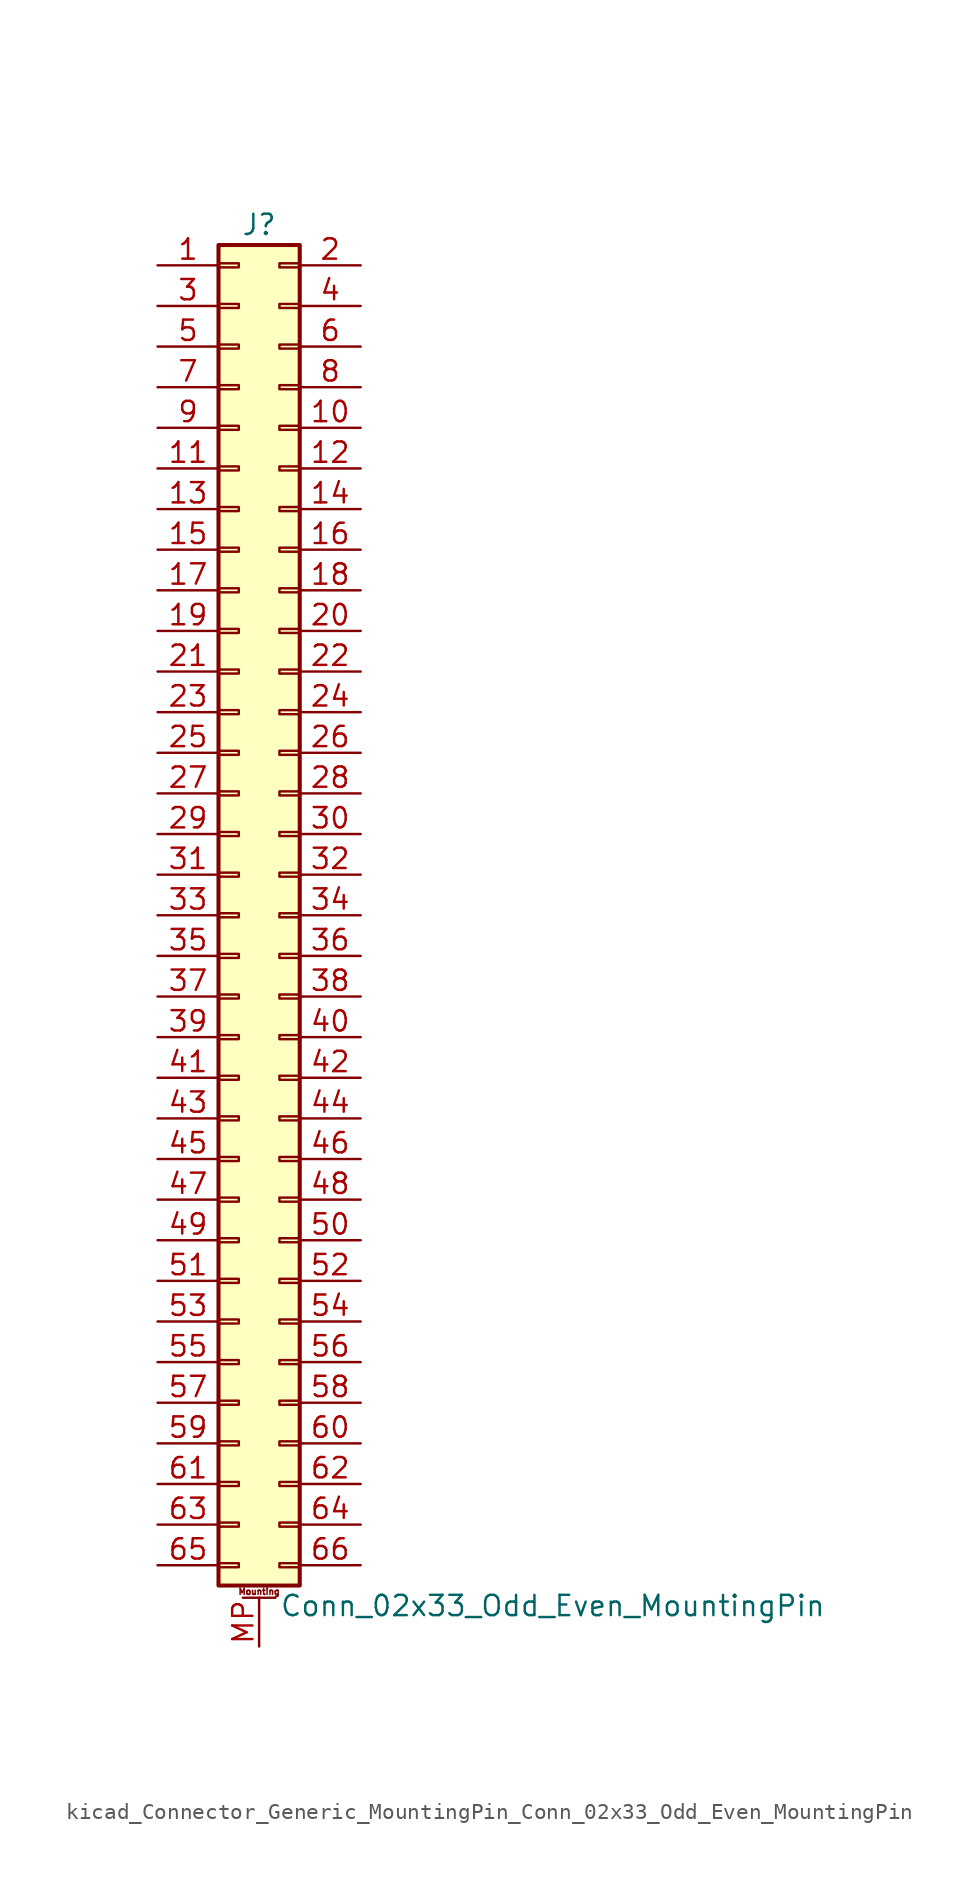
<source format=kicad_sym>
(kicad_symbol_lib
  (version 20220914)
  (generator kicad_symbol_editor)
  (symbol "kicad_Connector_Generic_MountingPin_Conn_02x33_Odd_Even_MountingPin"
    (pin_names
      (offset 1.016) hide)
    (property "Reference" "J"
      (at 1.27 43.18 0)
      (effects (font (size 1.27 1.27))))
    (property "Value" "Conn_02x33_Odd_Even_MountingPin"
      (at 2.54 -43.18 0)
      (effects (font (size 1.27 1.27)) (justify left)))
    (symbol "kicad_Connector_Generic_MountingPin_Conn_02x33_Odd_Even_MountingPin_1_1"
      (rectangle (start -1.27 -40.513) (end 0 -40.767) (stroke (width 0.152) (type default)) (fill (type none)))
      (rectangle (start -1.27 -37.973) (end 0 -38.227) (stroke (width 0.152) (type default)) (fill (type none)))
      (rectangle (start -1.27 -35.433) (end 0 -35.687) (stroke (width 0.152) (type default)) (fill (type none)))
      (rectangle (start -1.27 -32.893) (end 0 -33.147) (stroke (width 0.152) (type default)) (fill (type none)))
      (rectangle (start -1.27 -30.353) (end 0 -30.607) (stroke (width 0.152) (type default)) (fill (type none)))
      (rectangle (start -1.27 -27.813) (end 0 -28.067) (stroke (width 0.152) (type default)) (fill (type none)))
      (rectangle (start -1.27 -25.273) (end 0 -25.527) (stroke (width 0.152) (type default)) (fill (type none)))
      (rectangle (start -1.27 -22.733) (end 0 -22.987) (stroke (width 0.152) (type default)) (fill (type none)))
      (rectangle (start -1.27 -20.193) (end 0 -20.447) (stroke (width 0.152) (type default)) (fill (type none)))
      (rectangle (start -1.27 -17.653) (end 0 -17.907) (stroke (width 0.152) (type default)) (fill (type none)))
      (rectangle (start -1.27 -15.113) (end 0 -15.367) (stroke (width 0.152) (type default)) (fill (type none)))
      (rectangle (start -1.27 -12.573) (end 0 -12.827) (stroke (width 0.152) (type default)) (fill (type none)))
      (rectangle (start -1.27 -10.033) (end 0 -10.287) (stroke (width 0.152) (type default)) (fill (type none)))
      (rectangle (start -1.27 -7.493) (end 0 -7.747) (stroke (width 0.152) (type default)) (fill (type none)))
      (rectangle (start -1.27 -4.953) (end 0 -5.207) (stroke (width 0.152) (type default)) (fill (type none)))
      (rectangle (start -1.27 -2.413) (end 0 -2.667) (stroke (width 0.152) (type default)) (fill (type none)))
      (rectangle (start -1.27 0.127) (end 0 -0.127) (stroke (width 0.152) (type default)) (fill (type none)))
      (rectangle (start -1.27 2.667) (end 0 2.413) (stroke (width 0.152) (type default)) (fill (type none)))
      (rectangle (start -1.27 5.207) (end 0 4.953) (stroke (width 0.152) (type default)) (fill (type none)))
      (rectangle (start -1.27 7.747) (end 0 7.493) (stroke (width 0.152) (type default)) (fill (type none)))
      (rectangle (start -1.27 10.287) (end 0 10.033) (stroke (width 0.152) (type default)) (fill (type none)))
      (rectangle (start -1.27 12.827) (end 0 12.573) (stroke (width 0.152) (type default)) (fill (type none)))
      (rectangle (start -1.27 15.367) (end 0 15.113) (stroke (width 0.152) (type default)) (fill (type none)))
      (rectangle (start -1.27 17.907) (end 0 17.653) (stroke (width 0.152) (type default)) (fill (type none)))
      (rectangle (start -1.27 20.447) (end 0 20.193) (stroke (width 0.152) (type default)) (fill (type none)))
      (rectangle (start -1.27 22.987) (end 0 22.733) (stroke (width 0.152) (type default)) (fill (type none)))
      (rectangle (start -1.27 25.527) (end 0 25.273) (stroke (width 0.152) (type default)) (fill (type none)))
      (rectangle (start -1.27 28.067) (end 0 27.813) (stroke (width 0.152) (type default)) (fill (type none)))
      (rectangle (start -1.27 30.607) (end 0 30.353) (stroke (width 0.152) (type default)) (fill (type none)))
      (rectangle (start -1.27 33.147) (end 0 32.893) (stroke (width 0.152) (type default)) (fill (type none)))
      (rectangle (start -1.27 35.687) (end 0 35.433) (stroke (width 0.152) (type default)) (fill (type none)))
      (rectangle (start -1.27 38.227) (end 0 37.973) (stroke (width 0.152) (type default)) (fill (type none)))
      (rectangle (start -1.27 40.767) (end 0 40.513) (stroke (width 0.152) (type default)) (fill (type none)))
      (rectangle (start -1.27 41.91) (end 3.81 -41.91) (stroke (width 0.254) (type default)) (fill (type background)))
      (polyline (pts (xy 0.254 -42.672) (xy 2.286 -42.672)) (stroke (width 0.152) (type default)) (fill (type none)))
      (rectangle (start 3.81 -40.513) (end 2.54 -40.767) (stroke (width 0.152) (type default)) (fill (type none)))
      (rectangle (start 3.81 -37.973) (end 2.54 -38.227) (stroke (width 0.152) (type default)) (fill (type none)))
      (rectangle (start 3.81 -35.433) (end 2.54 -35.687) (stroke (width 0.152) (type default)) (fill (type none)))
      (rectangle (start 3.81 -32.893) (end 2.54 -33.147) (stroke (width 0.152) (type default)) (fill (type none)))
      (rectangle (start 3.81 -30.353) (end 2.54 -30.607) (stroke (width 0.152) (type default)) (fill (type none)))
      (rectangle (start 3.81 -27.813) (end 2.54 -28.067) (stroke (width 0.152) (type default)) (fill (type none)))
      (rectangle (start 3.81 -25.273) (end 2.54 -25.527) (stroke (width 0.152) (type default)) (fill (type none)))
      (rectangle (start 3.81 -22.733) (end 2.54 -22.987) (stroke (width 0.152) (type default)) (fill (type none)))
      (rectangle (start 3.81 -20.193) (end 2.54 -20.447) (stroke (width 0.152) (type default)) (fill (type none)))
      (rectangle (start 3.81 -17.653) (end 2.54 -17.907) (stroke (width 0.152) (type default)) (fill (type none)))
      (rectangle (start 3.81 -15.113) (end 2.54 -15.367) (stroke (width 0.152) (type default)) (fill (type none)))
      (rectangle (start 3.81 -12.573) (end 2.54 -12.827) (stroke (width 0.152) (type default)) (fill (type none)))
      (rectangle (start 3.81 -10.033) (end 2.54 -10.287) (stroke (width 0.152) (type default)) (fill (type none)))
      (rectangle (start 3.81 -7.493) (end 2.54 -7.747) (stroke (width 0.152) (type default)) (fill (type none)))
      (rectangle (start 3.81 -4.953) (end 2.54 -5.207) (stroke (width 0.152) (type default)) (fill (type none)))
      (rectangle (start 3.81 -2.413) (end 2.54 -2.667) (stroke (width 0.152) (type default)) (fill (type none)))
      (rectangle (start 3.81 0.127) (end 2.54 -0.127) (stroke (width 0.152) (type default)) (fill (type none)))
      (rectangle (start 3.81 2.667) (end 2.54 2.413) (stroke (width 0.152) (type default)) (fill (type none)))
      (rectangle (start 3.81 5.207) (end 2.54 4.953) (stroke (width 0.152) (type default)) (fill (type none)))
      (rectangle (start 3.81 7.747) (end 2.54 7.493) (stroke (width 0.152) (type default)) (fill (type none)))
      (rectangle (start 3.81 10.287) (end 2.54 10.033) (stroke (width 0.152) (type default)) (fill (type none)))
      (rectangle (start 3.81 12.827) (end 2.54 12.573) (stroke (width 0.152) (type default)) (fill (type none)))
      (rectangle (start 3.81 15.367) (end 2.54 15.113) (stroke (width 0.152) (type default)) (fill (type none)))
      (rectangle (start 3.81 17.907) (end 2.54 17.653) (stroke (width 0.152) (type default)) (fill (type none)))
      (rectangle (start 3.81 20.447) (end 2.54 20.193) (stroke (width 0.152) (type default)) (fill (type none)))
      (rectangle (start 3.81 22.987) (end 2.54 22.733) (stroke (width 0.152) (type default)) (fill (type none)))
      (rectangle (start 3.81 25.527) (end 2.54 25.273) (stroke (width 0.152) (type default)) (fill (type none)))
      (rectangle (start 3.81 28.067) (end 2.54 27.813) (stroke (width 0.152) (type default)) (fill (type none)))
      (rectangle (start 3.81 30.607) (end 2.54 30.353) (stroke (width 0.152) (type default)) (fill (type none)))
      (rectangle (start 3.81 33.147) (end 2.54 32.893) (stroke (width 0.152) (type default)) (fill (type none)))
      (rectangle (start 3.81 35.687) (end 2.54 35.433) (stroke (width 0.152) (type default)) (fill (type none)))
      (rectangle (start 3.81 38.227) (end 2.54 37.973) (stroke (width 0.152) (type default)) (fill (type none)))
      (rectangle (start 3.81 40.767) (end 2.54 40.513) (stroke (width 0.152) (type default)) (fill (type none)))
      (text "Mounting" (at 1.27 -42.291 0) (effects (font (size 0.381 0.381))))
      (pin passive line (at -5.08 40.64 0) (length 3.81) (name "Pin_1" (effects (font (size 1.27 1.27)))) (number "1" (effects (font (size 1.27 1.27)))))
      (pin passive line (at 7.62 30.48 180) (length 3.81) (name "Pin_10" (effects (font (size 1.27 1.27)))) (number "10" (effects (font (size 1.27 1.27)))))
      (pin passive line (at -5.08 27.94 0) (length 3.81) (name "Pin_11" (effects (font (size 1.27 1.27)))) (number "11" (effects (font (size 1.27 1.27)))))
      (pin passive line (at 7.62 27.94 180) (length 3.81) (name "Pin_12" (effects (font (size 1.27 1.27)))) (number "12" (effects (font (size 1.27 1.27)))))
      (pin passive line (at -5.08 25.4 0) (length 3.81) (name "Pin_13" (effects (font (size 1.27 1.27)))) (number "13" (effects (font (size 1.27 1.27)))))
      (pin passive line (at 7.62 25.4 180) (length 3.81) (name "Pin_14" (effects (font (size 1.27 1.27)))) (number "14" (effects (font (size 1.27 1.27)))))
      (pin passive line (at -5.08 22.86 0) (length 3.81) (name "Pin_15" (effects (font (size 1.27 1.27)))) (number "15" (effects (font (size 1.27 1.27)))))
      (pin passive line (at 7.62 22.86 180) (length 3.81) (name "Pin_16" (effects (font (size 1.27 1.27)))) (number "16" (effects (font (size 1.27 1.27)))))
      (pin passive line (at -5.08 20.32 0) (length 3.81) (name "Pin_17" (effects (font (size 1.27 1.27)))) (number "17" (effects (font (size 1.27 1.27)))))
      (pin passive line (at 7.62 20.32 180) (length 3.81) (name "Pin_18" (effects (font (size 1.27 1.27)))) (number "18" (effects (font (size 1.27 1.27)))))
      (pin passive line (at -5.08 17.78 0) (length 3.81) (name "Pin_19" (effects (font (size 1.27 1.27)))) (number "19" (effects (font (size 1.27 1.27)))))
      (pin passive line (at 7.62 40.64 180) (length 3.81) (name "Pin_2" (effects (font (size 1.27 1.27)))) (number "2" (effects (font (size 1.27 1.27)))))
      (pin passive line (at 7.62 17.78 180) (length 3.81) (name "Pin_20" (effects (font (size 1.27 1.27)))) (number "20" (effects (font (size 1.27 1.27)))))
      (pin passive line (at -5.08 15.24 0) (length 3.81) (name "Pin_21" (effects (font (size 1.27 1.27)))) (number "21" (effects (font (size 1.27 1.27)))))
      (pin passive line (at 7.62 15.24 180) (length 3.81) (name "Pin_22" (effects (font (size 1.27 1.27)))) (number "22" (effects (font (size 1.27 1.27)))))
      (pin passive line (at -5.08 12.7 0) (length 3.81) (name "Pin_23" (effects (font (size 1.27 1.27)))) (number "23" (effects (font (size 1.27 1.27)))))
      (pin passive line (at 7.62 12.7 180) (length 3.81) (name "Pin_24" (effects (font (size 1.27 1.27)))) (number "24" (effects (font (size 1.27 1.27)))))
      (pin passive line (at -5.08 10.16 0) (length 3.81) (name "Pin_25" (effects (font (size 1.27 1.27)))) (number "25" (effects (font (size 1.27 1.27)))))
      (pin passive line (at 7.62 10.16 180) (length 3.81) (name "Pin_26" (effects (font (size 1.27 1.27)))) (number "26" (effects (font (size 1.27 1.27)))))
      (pin passive line (at -5.08 7.62 0) (length 3.81) (name "Pin_27" (effects (font (size 1.27 1.27)))) (number "27" (effects (font (size 1.27 1.27)))))
      (pin passive line (at 7.62 7.62 180) (length 3.81) (name "Pin_28" (effects (font (size 1.27 1.27)))) (number "28" (effects (font (size 1.27 1.27)))))
      (pin passive line (at -5.08 5.08 0) (length 3.81) (name "Pin_29" (effects (font (size 1.27 1.27)))) (number "29" (effects (font (size 1.27 1.27)))))
      (pin passive line (at -5.08 38.1 0) (length 3.81) (name "Pin_3" (effects (font (size 1.27 1.27)))) (number "3" (effects (font (size 1.27 1.27)))))
      (pin passive line (at 7.62 5.08 180) (length 3.81) (name "Pin_30" (effects (font (size 1.27 1.27)))) (number "30" (effects (font (size 1.27 1.27)))))
      (pin passive line (at -5.08 2.54 0) (length 3.81) (name "Pin_31" (effects (font (size 1.27 1.27)))) (number "31" (effects (font (size 1.27 1.27)))))
      (pin passive line (at 7.62 2.54 180) (length 3.81) (name "Pin_32" (effects (font (size 1.27 1.27)))) (number "32" (effects (font (size 1.27 1.27)))))
      (pin passive line (at -5.08 0 0) (length 3.81) (name "Pin_33" (effects (font (size 1.27 1.27)))) (number "33" (effects (font (size 1.27 1.27)))))
      (pin passive line (at 7.62 0 180) (length 3.81) (name "Pin_34" (effects (font (size 1.27 1.27)))) (number "34" (effects (font (size 1.27 1.27)))))
      (pin passive line (at -5.08 -2.54 0) (length 3.81) (name "Pin_35" (effects (font (size 1.27 1.27)))) (number "35" (effects (font (size 1.27 1.27)))))
      (pin passive line (at 7.62 -2.54 180) (length 3.81) (name "Pin_36" (effects (font (size 1.27 1.27)))) (number "36" (effects (font (size 1.27 1.27)))))
      (pin passive line (at -5.08 -5.08 0) (length 3.81) (name "Pin_37" (effects (font (size 1.27 1.27)))) (number "37" (effects (font (size 1.27 1.27)))))
      (pin passive line (at 7.62 -5.08 180) (length 3.81) (name "Pin_38" (effects (font (size 1.27 1.27)))) (number "38" (effects (font (size 1.27 1.27)))))
      (pin passive line (at -5.08 -7.62 0) (length 3.81) (name "Pin_39" (effects (font (size 1.27 1.27)))) (number "39" (effects (font (size 1.27 1.27)))))
      (pin passive line (at 7.62 38.1 180) (length 3.81) (name "Pin_4" (effects (font (size 1.27 1.27)))) (number "4" (effects (font (size 1.27 1.27)))))
      (pin passive line (at 7.62 -7.62 180) (length 3.81) (name "Pin_40" (effects (font (size 1.27 1.27)))) (number "40" (effects (font (size 1.27 1.27)))))
      (pin passive line (at -5.08 -10.16 0) (length 3.81) (name "Pin_41" (effects (font (size 1.27 1.27)))) (number "41" (effects (font (size 1.27 1.27)))))
      (pin passive line (at 7.62 -10.16 180) (length 3.81) (name "Pin_42" (effects (font (size 1.27 1.27)))) (number "42" (effects (font (size 1.27 1.27)))))
      (pin passive line (at -5.08 -12.7 0) (length 3.81) (name "Pin_43" (effects (font (size 1.27 1.27)))) (number "43" (effects (font (size 1.27 1.27)))))
      (pin passive line (at 7.62 -12.7 180) (length 3.81) (name "Pin_44" (effects (font (size 1.27 1.27)))) (number "44" (effects (font (size 1.27 1.27)))))
      (pin passive line (at -5.08 -15.24 0) (length 3.81) (name "Pin_45" (effects (font (size 1.27 1.27)))) (number "45" (effects (font (size 1.27 1.27)))))
      (pin passive line (at 7.62 -15.24 180) (length 3.81) (name "Pin_46" (effects (font (size 1.27 1.27)))) (number "46" (effects (font (size 1.27 1.27)))))
      (pin passive line (at -5.08 -17.78 0) (length 3.81) (name "Pin_47" (effects (font (size 1.27 1.27)))) (number "47" (effects (font (size 1.27 1.27)))))
      (pin passive line (at 7.62 -17.78 180) (length 3.81) (name "Pin_48" (effects (font (size 1.27 1.27)))) (number "48" (effects (font (size 1.27 1.27)))))
      (pin passive line (at -5.08 -20.32 0) (length 3.81) (name "Pin_49" (effects (font (size 1.27 1.27)))) (number "49" (effects (font (size 1.27 1.27)))))
      (pin passive line (at -5.08 35.56 0) (length 3.81) (name "Pin_5" (effects (font (size 1.27 1.27)))) (number "5" (effects (font (size 1.27 1.27)))))
      (pin passive line (at 7.62 -20.32 180) (length 3.81) (name "Pin_50" (effects (font (size 1.27 1.27)))) (number "50" (effects (font (size 1.27 1.27)))))
      (pin passive line (at -5.08 -22.86 0) (length 3.81) (name "Pin_51" (effects (font (size 1.27 1.27)))) (number "51" (effects (font (size 1.27 1.27)))))
      (pin passive line (at 7.62 -22.86 180) (length 3.81) (name "Pin_52" (effects (font (size 1.27 1.27)))) (number "52" (effects (font (size 1.27 1.27)))))
      (pin passive line (at -5.08 -25.4 0) (length 3.81) (name "Pin_53" (effects (font (size 1.27 1.27)))) (number "53" (effects (font (size 1.27 1.27)))))
      (pin passive line (at 7.62 -25.4 180) (length 3.81) (name "Pin_54" (effects (font (size 1.27 1.27)))) (number "54" (effects (font (size 1.27 1.27)))))
      (pin passive line (at -5.08 -27.94 0) (length 3.81) (name "Pin_55" (effects (font (size 1.27 1.27)))) (number "55" (effects (font (size 1.27 1.27)))))
      (pin passive line (at 7.62 -27.94 180) (length 3.81) (name "Pin_56" (effects (font (size 1.27 1.27)))) (number "56" (effects (font (size 1.27 1.27)))))
      (pin passive line (at -5.08 -30.48 0) (length 3.81) (name "Pin_57" (effects (font (size 1.27 1.27)))) (number "57" (effects (font (size 1.27 1.27)))))
      (pin passive line (at 7.62 -30.48 180) (length 3.81) (name "Pin_58" (effects (font (size 1.27 1.27)))) (number "58" (effects (font (size 1.27 1.27)))))
      (pin passive line (at -5.08 -33.02 0) (length 3.81) (name "Pin_59" (effects (font (size 1.27 1.27)))) (number "59" (effects (font (size 1.27 1.27)))))
      (pin passive line (at 7.62 35.56 180) (length 3.81) (name "Pin_6" (effects (font (size 1.27 1.27)))) (number "6" (effects (font (size 1.27 1.27)))))
      (pin passive line (at 7.62 -33.02 180) (length 3.81) (name "Pin_60" (effects (font (size 1.27 1.27)))) (number "60" (effects (font (size 1.27 1.27)))))
      (pin passive line (at -5.08 -35.56 0) (length 3.81) (name "Pin_61" (effects (font (size 1.27 1.27)))) (number "61" (effects (font (size 1.27 1.27)))))
      (pin passive line (at 7.62 -35.56 180) (length 3.81) (name "Pin_62" (effects (font (size 1.27 1.27)))) (number "62" (effects (font (size 1.27 1.27)))))
      (pin passive line (at -5.08 -38.1 0) (length 3.81) (name "Pin_63" (effects (font (size 1.27 1.27)))) (number "63" (effects (font (size 1.27 1.27)))))
      (pin passive line (at 7.62 -38.1 180) (length 3.81) (name "Pin_64" (effects (font (size 1.27 1.27)))) (number "64" (effects (font (size 1.27 1.27)))))
      (pin passive line (at -5.08 -40.64 0) (length 3.81) (name "Pin_65" (effects (font (size 1.27 1.27)))) (number "65" (effects (font (size 1.27 1.27)))))
      (pin passive line (at 7.62 -40.64 180) (length 3.81) (name "Pin_66" (effects (font (size 1.27 1.27)))) (number "66" (effects (font (size 1.27 1.27)))))
      (pin passive line (at -5.08 33.02 0) (length 3.81) (name "Pin_7" (effects (font (size 1.27 1.27)))) (number "7" (effects (font (size 1.27 1.27)))))
      (pin passive line (at 7.62 33.02 180) (length 3.81) (name "Pin_8" (effects (font (size 1.27 1.27)))) (number "8" (effects (font (size 1.27 1.27)))))
      (pin passive line (at -5.08 30.48 0) (length 3.81) (name "Pin_9" (effects (font (size 1.27 1.27)))) (number "9" (effects (font (size 1.27 1.27)))))
      (pin passive line (at 1.27 -45.72 90) (length 3.048) (name "MountPin" (effects (font (size 1.27 1.27)))) (number "MP" (effects (font (size 1.27 1.27))))))))
</source>
